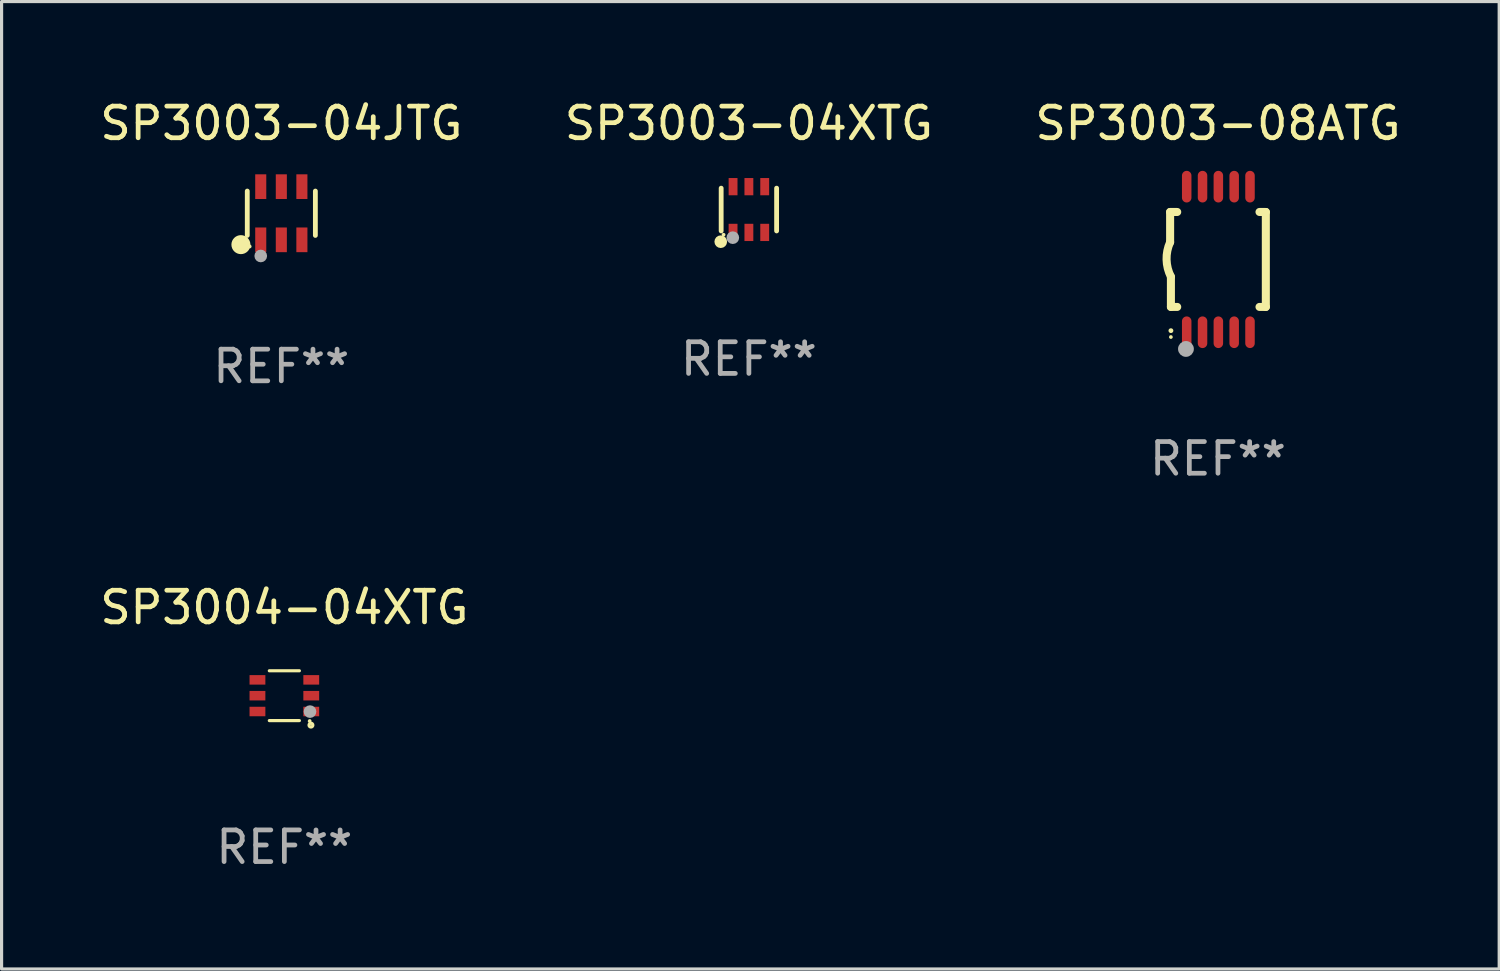
<source format=kicad_pcb>
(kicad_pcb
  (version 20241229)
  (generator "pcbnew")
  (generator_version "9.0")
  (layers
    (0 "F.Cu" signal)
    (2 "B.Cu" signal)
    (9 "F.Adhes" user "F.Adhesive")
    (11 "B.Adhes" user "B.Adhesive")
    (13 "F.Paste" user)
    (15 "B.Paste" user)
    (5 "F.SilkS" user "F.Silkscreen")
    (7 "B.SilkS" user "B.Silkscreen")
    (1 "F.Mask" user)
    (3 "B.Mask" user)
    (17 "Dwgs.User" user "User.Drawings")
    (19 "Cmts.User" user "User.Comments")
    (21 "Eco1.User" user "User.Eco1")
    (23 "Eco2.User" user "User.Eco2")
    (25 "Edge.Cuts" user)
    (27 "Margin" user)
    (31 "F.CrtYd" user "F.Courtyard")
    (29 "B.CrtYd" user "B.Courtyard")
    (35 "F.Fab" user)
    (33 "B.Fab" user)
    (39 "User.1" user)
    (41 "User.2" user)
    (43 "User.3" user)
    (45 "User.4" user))
  (footprint "SP3004-04XTG"
    (layer "F.Cu")
    (at 5.935 18.932)
    (property "Reference" "SP3004-04XTG" (at 0 -2.787 0) (layer "F.SilkS") (effects (font (size 1 1) (thickness 0.15))))
    (attr through_hole)
    (fp_line (start -0.475 -0.787) (end 0.475 -0.787) (stroke (width 0.1) (type solid)) (layer "F.SilkS"))
    (fp_line (start -0.475 0.787) (end 0.475 0.787) (stroke (width 0.1) (type solid)) (layer "F.SilkS"))
    (fp_circle (center 0.799 0.8) (end 0.829 0.8) (stroke (width 0.06) (type solid)) (fill no) (layer "F.SilkS"))
    (fp_circle (center 0.84 0.93) (end 0.9 0.93) (stroke (width 0.102) (type solid)) (fill no) (layer "F.SilkS"))
    (fp_circle (center 0.81 0.503) (end 0.91 0.503) (stroke (width 0.2) (type solid)) (fill no) (layer "F.Fab"))
    (fp_text user "REF**" (at 0 4.787 0) (layer "F.Fab") (effects (font (size 1 1) (thickness 0.15))))
    (pad "1" smd rect (at 0.85 0.5 90) (size 0.3 0.5) (layers "F.Cu" "F.Mask" "F.Paste"))
    (pad "2" smd rect (at 0.85 0.000051 90) (size 0.3 0.5) (layers "F.Cu" "F.Mask" "F.Paste"))
    (pad "3" smd rect (at 0.85 -0.5 90) (size 0.3 0.5) (layers "F.Cu" "F.Mask" "F.Paste"))
    (pad "4" smd rect (at -0.85 -0.5 90) (size 0.3 0.5) (layers "F.Cu" "F.Mask" "F.Paste"))
    (pad "5" smd rect (at -0.85 0.000051 90) (size 0.3 0.5) (layers "F.Cu" "F.Mask" "F.Paste"))
    (pad "6" smd rect (at -0.85 0.5 90) (size 0.3 0.5) (layers "F.Cu" "F.Mask" "F.Paste")))
  (footprint "SP3003-04JTG"
    (layer "F.Cu")
    (at 5.839 3.688)
    (property "Reference" "SP3003-04JTG" (at 0 -2.84 0) (layer "F.SilkS") (effects (font (size 1 1) (thickness 0.15))))
    (attr through_hole)
    (fp_line (start -1.076 0.701) (end -1.076 -0.701) (stroke (width 0.152) (type solid)) (layer "F.SilkS"))
    (fp_line (start 1.076 0.701) (end 1.076 -0.701) (stroke (width 0.152) (type solid)) (layer "F.SilkS"))
    (fp_circle (center -1.277 0.992) (end -1.127 0.992) (stroke (width 0.3) (type solid)) (fill no) (layer "F.SilkS"))
    (fp_circle (center -1 1.05) (end -0.97 1.05) (stroke (width 0.06) (type solid)) (fill no) (layer "F.SilkS"))
    (fp_circle (center -0.65 1.35) (end -0.55 1.35) (stroke (width 0.2) (type solid)) (fill no) (layer "F.Fab"))
    (fp_text user "REF**" (at 0 4.84 0) (layer "F.Fab") (effects (font (size 1 1) (thickness 0.15))))
    (pad "1" smd rect (at -0.65 0.84) (size 0.35 0.78) (layers "F.Cu" "F.Mask" "F.Paste"))
    (pad "2" smd rect (at 0 0.84) (size 0.35 0.78) (layers "F.Cu" "F.Mask" "F.Paste"))
    (pad "3" smd rect (at 0.65 0.84) (size 0.35 0.78) (layers "F.Cu" "F.Mask" "F.Paste"))
    (pad "4" smd rect (at 0.65 -0.84) (size 0.35 0.78) (layers "F.Cu" "F.Mask" "F.Paste"))
    (pad "5" smd rect (at 0 -0.84) (size 0.35 0.78) (layers "F.Cu" "F.Mask" "F.Paste"))
    (pad "6" smd rect (at -0.65 -0.84) (size 0.35 0.78) (layers "F.Cu" "F.Mask" "F.Paste")))
  (footprint "SP3003-08ATG"
    (layer "F.Cu")
    (at 35.435 5.148)
    (property "Reference" "SP3003-08ATG" (at 0 -4.3 0) (layer "F.SilkS") (effects (font (size 1 1) (thickness 0.15))))
    (attr through_hole)
    (fp_line (start -1.512 -1.5) (end -1.512 -0.546) (stroke (width 0.254) (type solid)) (layer "F.SilkS"))
    (fp_line (start -1.487 0.546) (end -1.487 1.5) (stroke (width 0.254) (type solid)) (layer "F.SilkS"))
    (fp_line (start -1.288 -1.5) (end -1.512 -1.5) (stroke (width 0.254) (type solid)) (layer "F.SilkS"))
    (fp_line (start -1.288 1.5) (end -1.487 1.5) (stroke (width 0.254) (type solid)) (layer "F.SilkS"))
    (fp_line (start 1.512 -1.5) (end 1.312 -1.5) (stroke (width 0.254) (type solid)) (layer "F.SilkS"))
    (fp_line (start 1.512 -1.5) (end 1.512 1.5) (stroke (width 0.254) (type solid)) (layer "F.SilkS"))
    (fp_line (start 1.512 1.5) (end 1.312 1.5) (stroke (width 0.254) (type solid)) (layer "F.SilkS"))
    (fp_arc (start -1.487998 2.250013) (mid -1.486728 2.250007) (end -1.485458 2.250013) (stroke (width 0.150013) (type solid)) (layer "F.SilkS"))
    (fp_arc (start -1.486602 0.546102) (mid -1.624196 0.002905) (end -1.512002 -0.546101) (stroke (width 0.254001) (type solid)) (layer "F.SilkS"))
    (fp_circle (center -1.488 2.45) (end -1.458 2.45) (stroke (width 0.06) (type solid)) (fill no) (layer "F.SilkS"))
    (fp_circle (center -1.012 2.828) (end -0.887 2.828) (stroke (width 0.25) (type solid)) (fill no) (layer "F.Fab"))
    (fp_text user "REF**" (at 0 6.3 0) (layer "F.Fab") (effects (font (size 1 1) (thickness 0.15))))
    (pad "1" smd oval (at -0.988 2.3) (size 0.3 1) (layers "F.Cu" "F.Mask" "F.Paste"))
    (pad "2" smd oval (at -0.488 2.3) (size 0.3 1) (layers "F.Cu" "F.Mask" "F.Paste"))
    (pad "3" smd oval (at 0.012 2.3) (size 0.3 1) (layers "F.Cu" "F.Mask" "F.Paste"))
    (pad "4" smd oval (at 0.512 2.3) (size 0.3 1) (layers "F.Cu" "F.Mask" "F.Paste"))
    (pad "5" smd oval (at 1.012 2.3) (size 0.3 1) (layers "F.Cu" "F.Mask" "F.Paste"))
    (pad "6" smd oval (at 1.012 -2.3) (size 0.3 1) (layers "F.Cu" "F.Mask" "F.Paste"))
    (pad "7" smd oval (at 0.512 -2.3) (size 0.3 1) (layers "F.Cu" "F.Mask" "F.Paste"))
    (pad "8" smd oval (at 0.012 -2.3) (size 0.3 1) (layers "F.Cu" "F.Mask" "F.Paste"))
    (pad "9" smd oval (at -0.488 -2.3) (size 0.3 1) (layers "F.Cu" "F.Mask" "F.Paste"))
    (pad "10" smd oval (at -0.988 -2.3) (size 0.3 1) (layers "F.Cu" "F.Mask" "F.Paste")))
  (footprint "SP3003-04XTG"
    (layer "F.Cu")
    (at 20.613 3.571)
    (property "Reference" "SP3003-04XTG" (at 0 -2.723 0) (layer "F.SilkS") (effects (font (size 1 1) (thickness 0.15))))
    (attr through_hole)
    (fp_line (start -0.876 0.676) (end -0.876 -0.676) (stroke (width 0.152) (type solid)) (layer "F.SilkS"))
    (fp_line (start 0.876 0.676) (end 0.876 -0.676) (stroke (width 0.152) (type solid)) (layer "F.SilkS"))
    (fp_circle (center -0.889 1.016) (end -0.789 1.016) (stroke (width 0.2) (type solid)) (fill no) (layer "F.SilkS"))
    (fp_circle (center -0.8 0.795) (end -0.77 0.795) (stroke (width 0.06) (type solid)) (fill no) (layer "F.SilkS"))
    (fp_circle (center -0.508 0.889) (end -0.408 0.889) (stroke (width 0.2) (type solid)) (fill no) (layer "F.Fab"))
    (fp_text user "REF**" (at 0 4.723 0) (layer "F.Fab") (effects (font (size 1 1) (thickness 0.15))))
    (pad "1" smd rect (at -0.5 0.723) (size 0.28 0.545) (layers "F.Cu" "F.Mask" "F.Paste"))
    (pad "2" smd rect (at 0 0.723) (size 0.28 0.545) (layers "F.Cu" "F.Mask" "F.Paste"))
    (pad "3" smd rect (at 0.5 0.723) (size 0.28 0.545) (layers "F.Cu" "F.Mask" "F.Paste"))
    (pad "4" smd rect (at 0.5 -0.723) (size 0.28 0.545) (layers "F.Cu" "F.Mask" "F.Paste"))
    (pad "5" smd rect (at 0 -0.723) (size 0.28 0.545) (layers "F.Cu" "F.Mask" "F.Paste"))
    (pad "6" smd rect (at -0.5 -0.723) (size 0.28 0.545) (layers "F.Cu" "F.Mask" "F.Paste")))
  (gr_rect
    (start -3 -3)
    (end 44.321 27.568)
    (stroke (width 0.1) (type default))
    (fill no)
    (layer "Edge.Cuts")))
</source>
